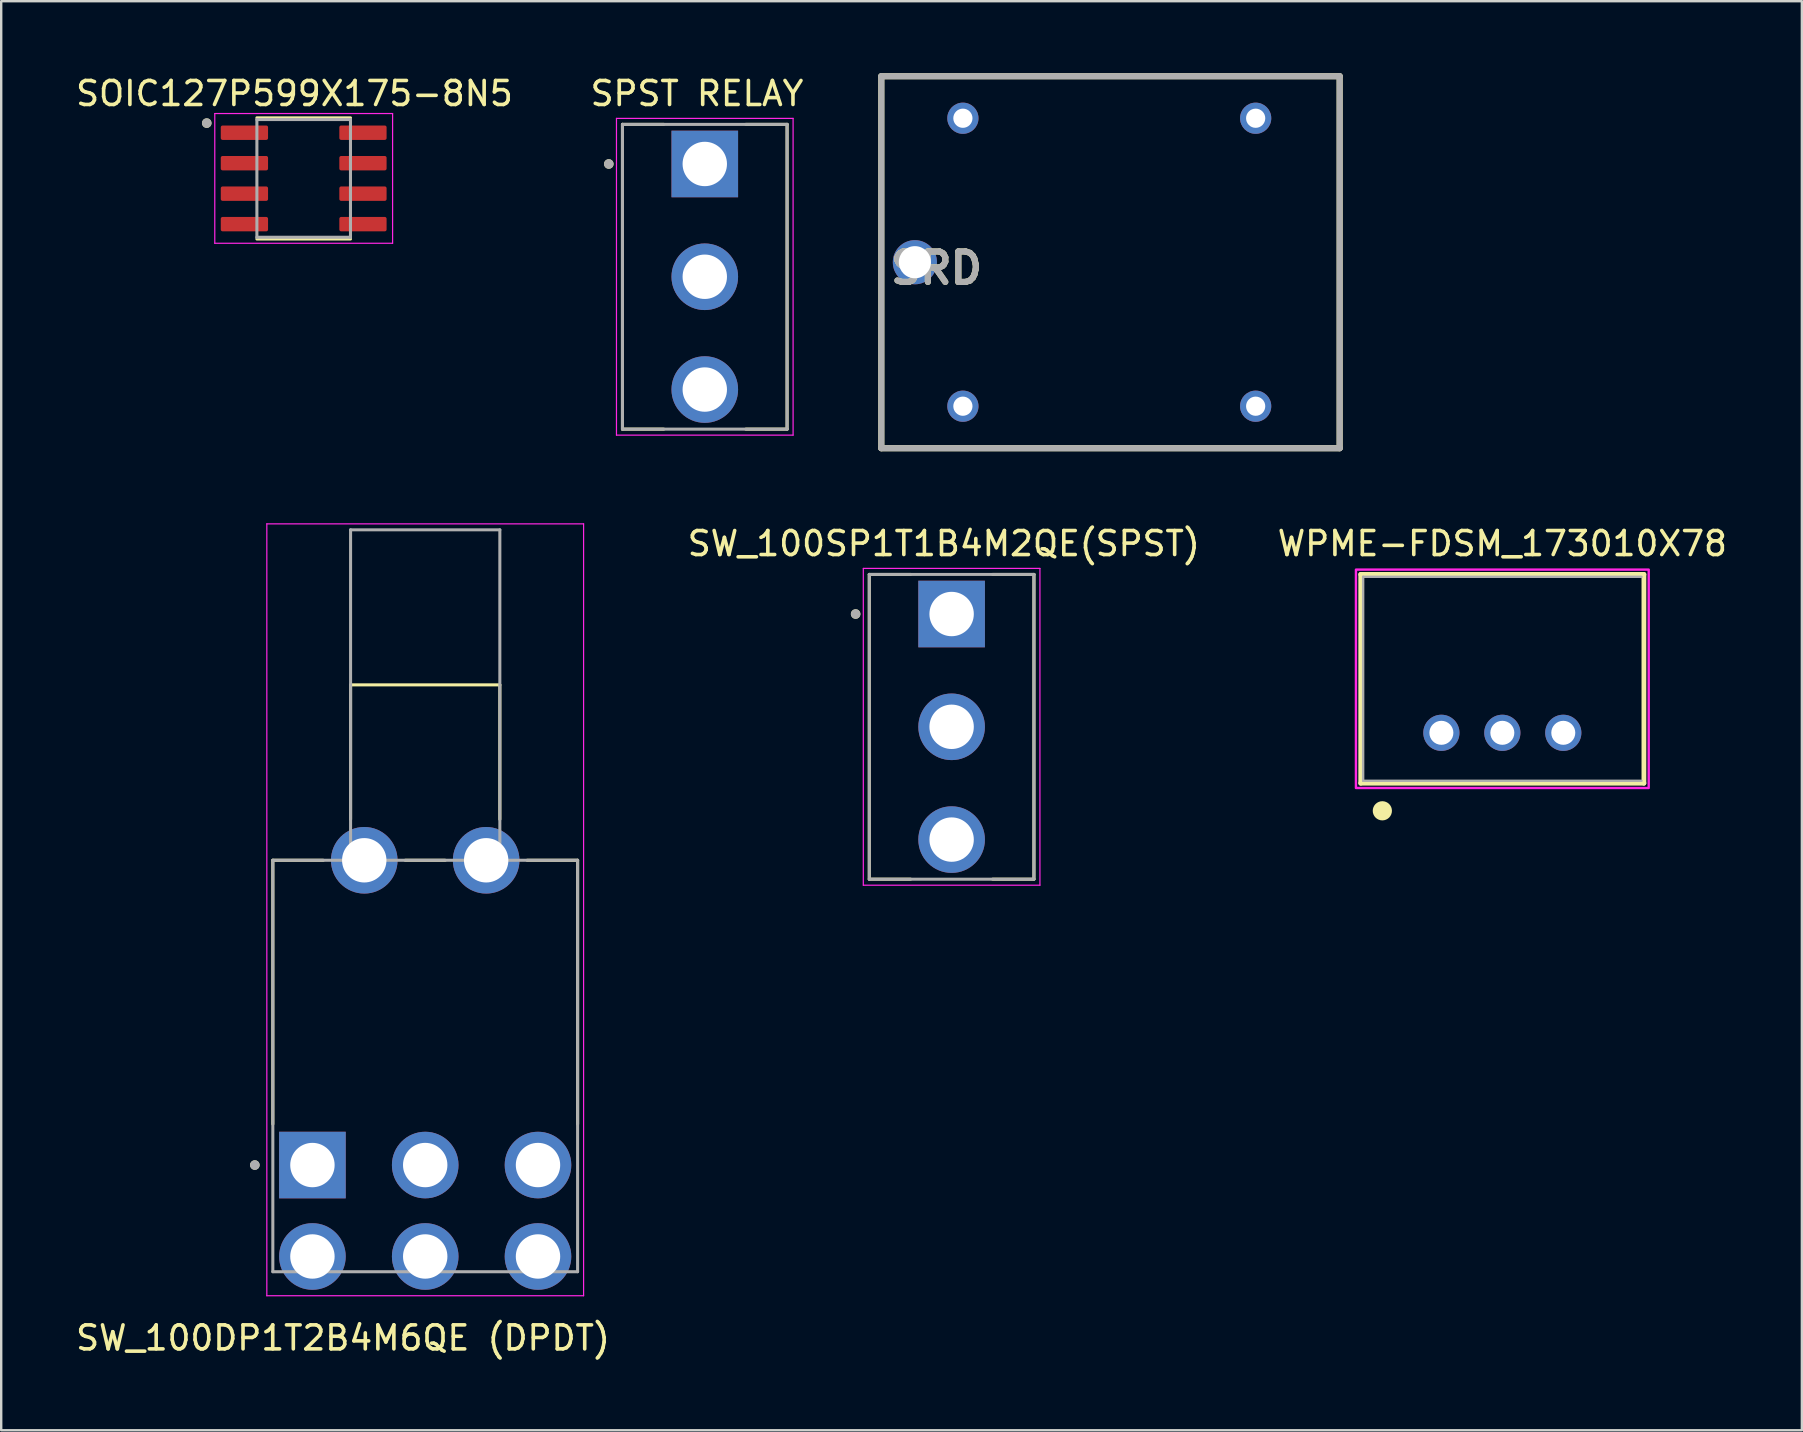
<source format=kicad_pcb>
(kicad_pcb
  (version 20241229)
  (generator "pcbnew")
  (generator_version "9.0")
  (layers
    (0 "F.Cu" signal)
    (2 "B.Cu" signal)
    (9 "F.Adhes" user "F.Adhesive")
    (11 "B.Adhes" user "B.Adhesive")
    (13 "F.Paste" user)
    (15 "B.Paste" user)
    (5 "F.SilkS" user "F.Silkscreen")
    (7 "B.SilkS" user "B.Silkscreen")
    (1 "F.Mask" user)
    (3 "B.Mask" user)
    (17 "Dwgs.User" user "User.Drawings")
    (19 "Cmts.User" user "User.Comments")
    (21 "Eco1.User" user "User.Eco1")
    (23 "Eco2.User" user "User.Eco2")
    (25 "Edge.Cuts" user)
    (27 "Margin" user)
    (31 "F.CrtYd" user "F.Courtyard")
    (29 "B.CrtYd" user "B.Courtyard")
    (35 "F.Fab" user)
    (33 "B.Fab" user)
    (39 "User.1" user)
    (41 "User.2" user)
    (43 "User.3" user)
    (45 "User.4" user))
  (footprint "SPST RELAY"
    (layer "F.Cu")
    (at 26.319 8.483)
    (property "Reference" "SPST RELAY" (at -0.325 -7.635 0) (layer "F.SilkS") (effects (font (size 1 1) (thickness 0.15))))
    (attr through_hole)
    (fp_line (start -3.43 6.35) (end -3.43 -6.35) (stroke (width 0.127) (type solid)) (layer "F.SilkS"))
    (fp_line (start -1.71 -6.35) (end -3.43 -6.35) (stroke (width 0.127) (type solid)) (layer "F.SilkS"))
    (fp_line (start -1.71 6.35) (end -3.43 6.35) (stroke (width 0.127) (type solid)) (layer "F.SilkS"))
    (fp_line (start 3.43 -6.35) (end 1.71 -6.35) (stroke (width 0.127) (type solid)) (layer "F.SilkS"))
    (fp_line (start 3.43 -6.35) (end 3.43 6.35) (stroke (width 0.127) (type solid)) (layer "F.SilkS"))
    (fp_line (start 3.43 6.35) (end 1.71 6.35) (stroke (width 0.127) (type solid)) (layer "F.SilkS"))
    (fp_circle (center -4 -4.7) (end -3.9 -4.7) (stroke (width 0.2) (type solid)) (fill no) (layer "F.SilkS"))
    (fp_line (start -3.68 -6.6) (end -3.68 6.6) (stroke (width 0.05) (type solid)) (layer "F.CrtYd"))
    (fp_line (start -3.68 6.6) (end 3.68 6.6) (stroke (width 0.05) (type solid)) (layer "F.CrtYd"))
    (fp_line (start 3.68 -6.6) (end -3.68 -6.6) (stroke (width 0.05) (type solid)) (layer "F.CrtYd"))
    (fp_line (start 3.68 6.6) (end 3.68 -6.6) (stroke (width 0.05) (type solid)) (layer "F.CrtYd"))
    (fp_line (start -3.43 -6.35) (end -3.43 6.35) (stroke (width 0.127) (type solid)) (layer "F.Fab"))
    (fp_line (start -3.43 6.35) (end 3.43 6.35) (stroke (width 0.127) (type solid)) (layer "F.Fab"))
    (fp_line (start 3.43 -6.35) (end -3.43 -6.35) (stroke (width 0.127) (type solid)) (layer "F.Fab"))
    (fp_line (start 3.43 6.35) (end 3.43 -6.35) (stroke (width 0.127) (type solid)) (layer "F.Fab"))
    (fp_circle (center -4 -4.7) (end -3.9 -4.7) (stroke (width 0.2) (type solid)) (fill no) (layer "F.Fab"))
    (pad "1" thru_hole rect (at 0 -4.7) (size 2.775 2.775) (drill 1.85) (layers "*.Cu" "*.Mask"))
    (pad "2" thru_hole circle (at 0 0) (size 2.775 2.775) (drill 1.85) (layers "*.Cu" "*.Mask"))
    (pad "3" thru_hole circle (at 0 4.7) (size 2.775 2.775) (drill 1.85) (layers "*.Cu" "*.Mask")))
  (footprint "SW_100SP1T1B4M2QE(SPST)"
    (layer "F.Cu")
    (at 36.605 27.237)
    (property "Reference" "SW_100SP1T1B4M2QE(SPST)" (at -0.325 -7.635 0) (layer "F.SilkS") (effects (font (size 1 1) (thickness 0.15))))
    (attr through_hole)
    (fp_line (start -3.43 6.35) (end -3.43 -6.35) (stroke (width 0.127) (type solid)) (layer "F.SilkS"))
    (fp_line (start -1.71 -6.35) (end -3.43 -6.35) (stroke (width 0.127) (type solid)) (layer "F.SilkS"))
    (fp_line (start -1.71 6.35) (end -3.43 6.35) (stroke (width 0.127) (type solid)) (layer "F.SilkS"))
    (fp_line (start 3.43 -6.35) (end 1.71 -6.35) (stroke (width 0.127) (type solid)) (layer "F.SilkS"))
    (fp_line (start 3.43 -6.35) (end 3.43 6.35) (stroke (width 0.127) (type solid)) (layer "F.SilkS"))
    (fp_line (start 3.43 6.35) (end 1.71 6.35) (stroke (width 0.127) (type solid)) (layer "F.SilkS"))
    (fp_circle (center -4 -4.7) (end -3.9 -4.7) (stroke (width 0.2) (type solid)) (fill no) (layer "F.SilkS"))
    (fp_line (start -3.68 -6.6) (end -3.68 6.6) (stroke (width 0.05) (type solid)) (layer "F.CrtYd"))
    (fp_line (start -3.68 6.6) (end 3.68 6.6) (stroke (width 0.05) (type solid)) (layer "F.CrtYd"))
    (fp_line (start 3.68 -6.6) (end -3.68 -6.6) (stroke (width 0.05) (type solid)) (layer "F.CrtYd"))
    (fp_line (start 3.68 6.6) (end 3.68 -6.6) (stroke (width 0.05) (type solid)) (layer "F.CrtYd"))
    (fp_line (start -3.43 -6.35) (end -3.43 6.35) (stroke (width 0.127) (type solid)) (layer "F.Fab"))
    (fp_line (start -3.43 6.35) (end 3.43 6.35) (stroke (width 0.127) (type solid)) (layer "F.Fab"))
    (fp_line (start 3.43 -6.35) (end -3.43 -6.35) (stroke (width 0.127) (type solid)) (layer "F.Fab"))
    (fp_line (start 3.43 6.35) (end 3.43 -6.35) (stroke (width 0.127) (type solid)) (layer "F.Fab"))
    (fp_circle (center -4 -4.7) (end -3.9 -4.7) (stroke (width 0.2) (type solid)) (fill no) (layer "F.Fab"))
    (pad "1" thru_hole rect (at 0 -4.7) (size 2.775 2.775) (drill 1.85) (layers "*.Cu" "*.Mask"))
    (pad "2" thru_hole circle (at 0 0) (size 2.775 2.775) (drill 1.85) (layers "*.Cu" "*.Mask"))
    (pad "3" thru_hole circle (at 0 4.7) (size 2.775 2.775) (drill 1.85) (layers "*.Cu" "*.Mask")))
  (footprint "SOIC127P599X175-8N5"
    (layer "F.Cu")
    (at 9.605 4.385)
    (property "Reference" "SOIC127P599X175-8N5" (at -0.385 -3.537 0) (layer "F.SilkS") (effects (font (size 1 1) (thickness 0.15))))
    (attr smd)
    (fp_line (start -1.95 -2.525) (end 1.95 -2.525) (stroke (width 0.127) (type solid)) (layer "F.SilkS"))
    (fp_line (start -1.95 2.525) (end 1.95 2.525) (stroke (width 0.127) (type solid)) (layer "F.SilkS"))
    (fp_circle (center -4.04 -2.305) (end -3.94 -2.305) (stroke (width 0.2) (type solid)) (fill no) (layer "F.SilkS"))
    (fp_line (start -3.705 -2.703) (end -3.705 2.703) (stroke (width 0.05) (type solid)) (layer "F.CrtYd"))
    (fp_line (start -3.705 -2.703) (end 3.705 -2.703) (stroke (width 0.05) (type solid)) (layer "F.CrtYd"))
    (fp_line (start -3.705 2.703) (end 3.705 2.703) (stroke (width 0.05) (type solid)) (layer "F.CrtYd"))
    (fp_line (start 3.705 -2.703) (end 3.705 2.703) (stroke (width 0.05) (type solid)) (layer "F.CrtYd"))
    (fp_line (start -1.95 -2.453) (end -1.95 2.453) (stroke (width 0.127) (type solid)) (layer "F.Fab"))
    (fp_line (start -1.95 -2.453) (end 1.95 -2.453) (stroke (width 0.127) (type solid)) (layer "F.Fab"))
    (fp_line (start -1.95 2.453) (end 1.95 2.453) (stroke (width 0.127) (type solid)) (layer "F.Fab"))
    (fp_line (start 1.95 -2.453) (end 1.95 2.453) (stroke (width 0.127) (type solid)) (layer "F.Fab"))
    (fp_circle (center -4.04 -2.305) (end -3.94 -2.305) (stroke (width 0.2) (type solid)) (fill no) (layer "F.Fab"))
    (pad "1" smd roundrect (at -2.47 -1.905) (size 1.97 0.6) (layers "F.Cu" "F.Mask" "F.Paste") (roundrect_rratio 0.125))
    (pad "2" smd roundrect (at -2.47 -0.635) (size 1.97 0.6) (layers "F.Cu" "F.Mask" "F.Paste") (roundrect_rratio 0.125))
    (pad "3" smd roundrect (at -2.47 0.635) (size 1.97 0.6) (layers "F.Cu" "F.Mask" "F.Paste") (roundrect_rratio 0.125))
    (pad "4" smd roundrect (at -2.47 1.905) (size 1.97 0.6) (layers "F.Cu" "F.Mask" "F.Paste") (roundrect_rratio 0.125))
    (pad "5" smd roundrect (at 2.47 1.905) (size 1.97 0.6) (layers "F.Cu" "F.Mask" "F.Paste") (roundrect_rratio 0.125))
    (pad "6" smd roundrect (at 2.47 0.635) (size 1.97 0.6) (layers "F.Cu" "F.Mask" "F.Paste") (roundrect_rratio 0.125))
    (pad "7" smd roundrect (at 2.47 -0.635) (size 1.97 0.6) (layers "F.Cu" "F.Mask" "F.Paste") (roundrect_rratio 0.125))
    (pad "8" smd roundrect (at 2.47 -1.905) (size 1.97 0.6) (layers "F.Cu" "F.Mask" "F.Paste") (roundrect_rratio 0.125)))
  (footprint "WPME-FDSM_173010X78"
    (layer "F.Cu")
    (at 59.554 25.237)
    (property "Reference" "WPME-FDSM_173010X78" (at 0 -5.635 0) (layer "F.SilkS") (effects (font (size 1 1) (thickness 0.15))))
    (attr through_hole)
    (fp_line (start -5.9 -4.35) (end 5.9 -4.35) (stroke (width 0.2) (type solid)) (layer "F.SilkS"))
    (fp_line (start -5.9 4.35) (end -5.9 -4.35) (stroke (width 0.2) (type solid)) (layer "F.SilkS"))
    (fp_line (start 5.9 -4.35) (end 5.9 4.35) (stroke (width 0.2) (type solid)) (layer "F.SilkS"))
    (fp_line (start 5.9 4.35) (end -5.9 4.35) (stroke (width 0.2) (type solid)) (layer "F.SilkS"))
    (fp_circle (center -5 5.5) (end -4.8 5.5) (stroke (width 0.4) (type solid)) (fill no) (layer "F.SilkS"))
    (fp_poly (pts (xy -6.1 -4.55) (xy 6.1 -4.55) (xy 6.1 4.55) (xy -6.1 4.55)) (stroke (width 0.1) (type solid)) (fill no) (layer "F.CrtYd"))
    (fp_line (start -5.8 -4.25) (end 5.8 -4.25) (stroke (width 0.1) (type solid)) (layer "F.Fab"))
    (fp_line (start -5.8 4.25) (end -5.8 -4.25) (stroke (width 0.1) (type solid)) (layer "F.Fab"))
    (fp_line (start 5.8 4.25) (end -5.8 4.25) (stroke (width 0.1) (type solid)) (layer "F.Fab"))
    (pad "1" thru_hole circle (at -2.54 2.25) (size 1.508 1.508) (drill 1) (layers "*.Cu" "*.Mask"))
    (pad "2" thru_hole circle (at 0 2.25) (size 1.508 1.508) (drill 1) (layers "*.Cu" "*.Mask"))
    (pad "3" thru_hole circle (at 2.54 2.25) (size 1.508 1.508) (drill 1) (layers "*.Cu" "*.Mask")))
  (footprint "SW_100DP1T2B4M6QE (DPDT)"
    (layer "F.Cu")
    (at 14.669 47.404)
    (property "Reference" "SW_100DP1T2B4M6QE (DPDT)" (at -3.425 5.3 0) (layer "F.SilkS") (effects (font (size 1 1) (thickness 0.15))))
    (attr through_hole)
    (fp_line (start -6.35 -14.605) (end -4.247 -14.605) (stroke (width 0.127) (type solid)) (layer "F.SilkS"))
    (fp_line (start -6.35 -3.612) (end -6.35 -14.605) (stroke (width 0.127) (type solid)) (layer "F.SilkS"))
    (fp_line (start -3.11 -21.915) (end 3.11 -21.915) (stroke (width 0.127) (type solid)) (layer "F.SilkS"))
    (fp_line (start -3.11 -16.312) (end -3.11 -21.915) (stroke (width 0.127) (type solid)) (layer "F.SilkS"))
    (fp_line (start -0.833 -14.605) (end 0.833 -14.605) (stroke (width 0.127) (type solid)) (layer "F.SilkS"))
    (fp_line (start 3.11 -21.915) (end 3.11 -16.312) (stroke (width 0.127) (type solid)) (layer "F.SilkS"))
    (fp_line (start 4.247 -14.605) (end 6.35 -14.605) (stroke (width 0.127) (type solid)) (layer "F.SilkS"))
    (fp_line (start 6.35 -14.605) (end 6.35 -3.612) (stroke (width 0.127) (type solid)) (layer "F.SilkS"))
    (fp_circle (center -7.1 -1.905) (end -7 -1.905) (stroke (width 0.2) (type solid)) (fill no) (layer "F.SilkS"))
    (fp_line (start -6.6 -28.625) (end -6.6 3.542) (stroke (width 0.05) (type solid)) (layer "F.CrtYd"))
    (fp_line (start -6.6 3.542) (end 6.6 3.542) (stroke (width 0.05) (type solid)) (layer "F.CrtYd"))
    (fp_line (start 6.6 -28.625) (end -6.6 -28.625) (stroke (width 0.05) (type solid)) (layer "F.CrtYd"))
    (fp_line (start 6.6 3.542) (end 6.6 -28.625) (stroke (width 0.05) (type solid)) (layer "F.CrtYd"))
    (fp_line (start -6.35 -14.605) (end -3.11 -14.605) (stroke (width 0.127) (type solid)) (layer "F.Fab"))
    (fp_line (start -6.35 2.54) (end -6.35 -14.605) (stroke (width 0.127) (type solid)) (layer "F.Fab"))
    (fp_line (start -3.11 -28.375) (end 3.11 -28.375) (stroke (width 0.127) (type solid)) (layer "F.Fab"))
    (fp_line (start -3.11 -14.605) (end -3.11 -28.375) (stroke (width 0.127) (type solid)) (layer "F.Fab"))
    (fp_line (start -3.11 -14.605) (end 3.11 -14.605) (stroke (width 0.127) (type solid)) (layer "F.Fab"))
    (fp_line (start 3.11 -28.375) (end 3.11 -14.605) (stroke (width 0.127) (type solid)) (layer "F.Fab"))
    (fp_line (start 3.11 -14.605) (end 6.35 -14.605) (stroke (width 0.127) (type solid)) (layer "F.Fab"))
    (fp_line (start 6.35 -14.605) (end 6.35 2.54) (stroke (width 0.127) (type solid)) (layer "F.Fab"))
    (fp_line (start 6.35 2.54) (end -6.35 2.54) (stroke (width 0.127) (type solid)) (layer "F.Fab"))
    (fp_circle (center -7.1 -1.905) (end -7 -1.905) (stroke (width 0.2) (type solid)) (fill no) (layer "F.Fab"))
    (pad "1" thru_hole rect (at -4.7 -1.905) (size 2.775 2.775) (drill 1.85) (layers "*.Cu" "*.Mask"))
    (pad "2" thru_hole circle (at 0 -1.905) (size 2.775 2.775) (drill 1.85) (layers "*.Cu" "*.Mask"))
    (pad "3" thru_hole circle (at 4.7 -1.905) (size 2.775 2.775) (drill 1.85) (layers "*.Cu" "*.Mask"))
    (pad "4" thru_hole circle (at -4.7 1.905) (size 2.775 2.775) (drill 1.85) (layers "*.Cu" "*.Mask"))
    (pad "5" thru_hole circle (at 0 1.905) (size 2.775 2.775) (drill 1.85) (layers "*.Cu" "*.Mask"))
    (pad "6" thru_hole circle (at 4.7 1.905) (size 2.775 2.775) (drill 1.85) (layers "*.Cu" "*.Mask"))
    (pad "S1" thru_hole circle (at -2.54 -14.605) (size 2.775 2.775) (drill 1.85) (layers "*.Cu" "*.Mask"))
    (pad "S2" thru_hole circle (at 2.54 -14.605) (size 2.775 2.775) (drill 1.85) (layers "*.Cu" "*.Mask")))
  (footprint "SRD"
    (layer "F.Cu")
    (at 35.075 7.877)
    (property "Reference" "SRD" (at 0.904 0.247 0) (layer "F.SilkS") (effects (font (size 1.27 1.27) (thickness 0.254))))
    (attr through_hole)
    (fp_line (start -1.4 -7.75) (end 17.7 -7.75) (stroke (width 0.254) (type solid)) (layer "F.SilkS"))
    (fp_line (start -1.4 7.75) (end -1.4 -7.75) (stroke (width 0.254) (type solid)) (layer "F.SilkS"))
    (fp_line (start 17.7 -7.75) (end 17.7 7.75) (stroke (width 0.254) (type solid)) (layer "F.SilkS"))
    (fp_line (start 17.7 7.75) (end -1.4 7.75) (stroke (width 0.254) (type solid)) (layer "F.SilkS"))
    (fp_line (start -1.4 -7.75) (end 17.7 -7.75) (stroke (width 0.254) (type solid)) (layer "F.Fab"))
    (fp_line (start -1.4 7.75) (end -1.4 -7.75) (stroke (width 0.254) (type solid)) (layer "F.Fab"))
    (fp_line (start 17.7 -7.75) (end 17.7 7.75) (stroke (width 0.254) (type solid)) (layer "F.Fab"))
    (fp_line (start 17.7 7.75) (end -1.4 7.75) (stroke (width 0.254) (type solid)) (layer "F.Fab"))
    (fp_text user "${REFERENCE}" (at 0.904 0.247 0) (layer "F.Fab") (effects (font (size 1.27 1.27) (thickness 0.254))))
    (pad "1" thru_hole circle (at 0 0) (size 1.84 1.84) (drill 1.34) (layers "*.Cu" "*.Mask"))
    (pad "2" thru_hole circle (at 2 -6) (size 1.3 1.3) (drill 0.8) (layers "*.Cu" "*.Mask"))
    (pad "3" thru_hole circle (at 2 6) (size 1.3 1.3) (drill 0.8) (layers "*.Cu" "*.Mask"))
    (pad "4" thru_hole circle (at 14.2 -6) (size 1.3 1.3) (drill 0.8) (layers "*.Cu" "*.Mask"))
    (pad "5" thru_hole circle (at 14.2 6) (size 1.3 1.3) (drill 0.8) (layers "*.Cu" "*.Mask")))
  (gr_rect
    (start -3 -3)
    (end 72.036 56.552)
    (stroke (width 0.1) (type default))
    (fill no)
    (layer "Edge.Cuts")))
</source>
